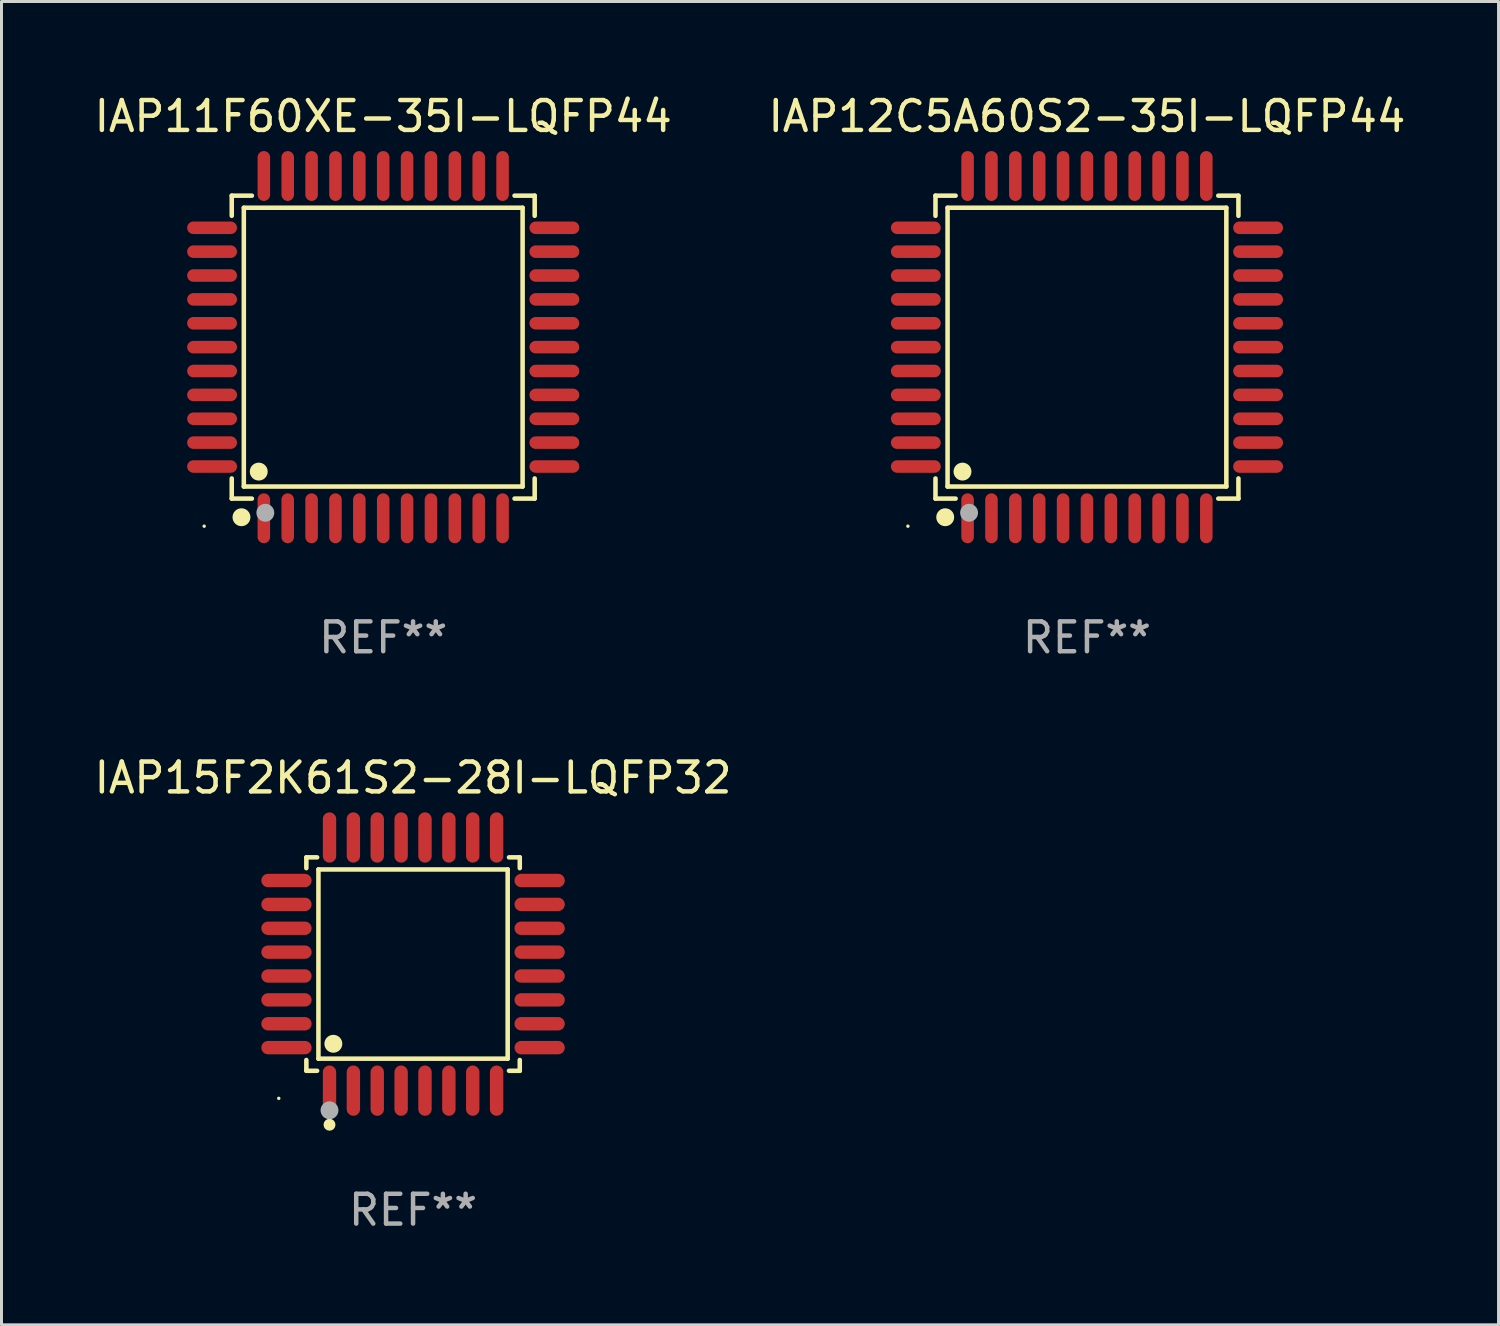
<source format=kicad_pcb>
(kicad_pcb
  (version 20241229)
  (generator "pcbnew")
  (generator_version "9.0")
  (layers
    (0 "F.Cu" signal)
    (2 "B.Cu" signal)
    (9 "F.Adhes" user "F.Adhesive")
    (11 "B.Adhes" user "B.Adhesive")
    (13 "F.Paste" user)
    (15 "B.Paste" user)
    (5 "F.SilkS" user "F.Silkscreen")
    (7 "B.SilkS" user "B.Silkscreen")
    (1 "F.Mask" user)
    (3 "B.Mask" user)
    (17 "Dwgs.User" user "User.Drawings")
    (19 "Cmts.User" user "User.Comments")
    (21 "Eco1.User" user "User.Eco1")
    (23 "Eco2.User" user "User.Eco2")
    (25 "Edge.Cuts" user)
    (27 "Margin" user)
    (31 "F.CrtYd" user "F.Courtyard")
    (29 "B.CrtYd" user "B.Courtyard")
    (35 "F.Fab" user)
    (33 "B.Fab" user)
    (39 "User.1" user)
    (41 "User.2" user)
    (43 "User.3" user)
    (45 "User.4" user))
  (footprint "IAP15F2K61S2-28I-LQFP32"
    (layer "F.Cu")
    (at 10.792 29.257)
    (property "Reference" "IAP15F2K61S2-28I-LQFP32" (at 0 -6.242 0) (layer "F.SilkS") (effects (font (size 1 1) (thickness 0.15))))
    (attr through_hole)
    (fp_line (start -3.576 -3.576) (end -3.215 -3.576) (stroke (width 0.152) (type solid)) (layer "F.SilkS"))
    (fp_line (start -3.576 -3.215) (end -3.576 -3.576) (stroke (width 0.152) (type solid)) (layer "F.SilkS"))
    (fp_line (start -3.576 3.215) (end -3.576 3.576) (stroke (width 0.152) (type solid)) (layer "F.SilkS"))
    (fp_line (start -3.576 3.576) (end -3.215 3.576) (stroke (width 0.152) (type solid)) (layer "F.SilkS"))
    (fp_line (start -3.171 -3.171) (end 3.171 -3.171) (stroke (width 0.152) (type solid)) (layer "F.SilkS"))
    (fp_line (start -3.171 3.171) (end -3.171 -3.171) (stroke (width 0.152) (type solid)) (layer "F.SilkS"))
    (fp_line (start 3.171 -3.171) (end 3.171 3.171) (stroke (width 0.152) (type solid)) (layer "F.SilkS"))
    (fp_line (start 3.171 3.171) (end -3.171 3.171) (stroke (width 0.152) (type solid)) (layer "F.SilkS"))
    (fp_line (start 3.576 -3.576) (end 3.215 -3.576) (stroke (width 0.152) (type solid)) (layer "F.SilkS"))
    (fp_line (start 3.576 -3.215) (end 3.576 -3.576) (stroke (width 0.152) (type solid)) (layer "F.SilkS"))
    (fp_line (start 3.576 3.215) (end 3.576 3.576) (stroke (width 0.152) (type solid)) (layer "F.SilkS"))
    (fp_line (start 3.576 3.576) (end 3.215 3.576) (stroke (width 0.152) (type solid)) (layer "F.SilkS"))
    (fp_circle (center -4.5 4.5) (end -4.47 4.5) (stroke (width 0.06) (type solid)) (fill no) (layer "F.SilkS"))
    (fp_circle (center -2.8 5.384) (end -2.7 5.384) (stroke (width 0.2) (type solid)) (fill no) (layer "F.SilkS"))
    (fp_circle (center -2.671 2.671) (end -2.521 2.671) (stroke (width 0.3) (type solid)) (fill no) (layer "F.SilkS"))
    (fp_circle (center -2.8 4.9) (end -2.65 4.9) (stroke (width 0.3) (type solid)) (fill no) (layer "F.Fab"))
    (fp_text user "REF**" (at 0 8.242 0) (layer "F.Fab") (effects (font (size 1 1) (thickness 0.15))))
    (pad "1" smd oval (at -2.8 4.242) (size 0.448 1.684) (layers "F.Cu" "F.Mask" "F.Paste"))
    (pad "2" smd oval (at -2 4.242) (size 0.448 1.684) (layers "F.Cu" "F.Mask" "F.Paste"))
    (pad "3" smd oval (at -1.2 4.242) (size 0.448 1.684) (layers "F.Cu" "F.Mask" "F.Paste"))
    (pad "4" smd oval (at -0.4 4.242) (size 0.448 1.684) (layers "F.Cu" "F.Mask" "F.Paste"))
    (pad "5" smd oval (at 0.4 4.242) (size 0.448 1.684) (layers "F.Cu" "F.Mask" "F.Paste"))
    (pad "6" smd oval (at 1.2 4.242) (size 0.448 1.684) (layers "F.Cu" "F.Mask" "F.Paste"))
    (pad "7" smd oval (at 2 4.242) (size 0.448 1.684) (layers "F.Cu" "F.Mask" "F.Paste"))
    (pad "8" smd oval (at 2.8 4.242) (size 0.448 1.684) (layers "F.Cu" "F.Mask" "F.Paste"))
    (pad "9" smd oval (at 4.242 2.8) (size 1.684 0.448) (layers "F.Cu" "F.Mask" "F.Paste"))
    (pad "10" smd oval (at 4.242 2) (size 1.684 0.448) (layers "F.Cu" "F.Mask" "F.Paste"))
    (pad "11" smd oval (at 4.242 1.2) (size 1.684 0.448) (layers "F.Cu" "F.Mask" "F.Paste"))
    (pad "12" smd oval (at 4.242 0.4) (size 1.684 0.448) (layers "F.Cu" "F.Mask" "F.Paste"))
    (pad "13" smd oval (at 4.242 -0.4) (size 1.684 0.448) (layers "F.Cu" "F.Mask" "F.Paste"))
    (pad "14" smd oval (at 4.242 -1.2) (size 1.684 0.448) (layers "F.Cu" "F.Mask" "F.Paste"))
    (pad "15" smd oval (at 4.242 -2) (size 1.684 0.448) (layers "F.Cu" "F.Mask" "F.Paste"))
    (pad "16" smd oval (at 4.242 -2.8) (size 1.684 0.448) (layers "F.Cu" "F.Mask" "F.Paste"))
    (pad "17" smd oval (at 2.8 -4.242) (size 0.448 1.684) (layers "F.Cu" "F.Mask" "F.Paste"))
    (pad "18" smd oval (at 2 -4.242) (size 0.448 1.684) (layers "F.Cu" "F.Mask" "F.Paste"))
    (pad "19" smd oval (at 1.2 -4.242) (size 0.448 1.684) (layers "F.Cu" "F.Mask" "F.Paste"))
    (pad "20" smd oval (at 0.4 -4.242) (size 0.448 1.684) (layers "F.Cu" "F.Mask" "F.Paste"))
    (pad "21" smd oval (at -0.4 -4.242) (size 0.448 1.684) (layers "F.Cu" "F.Mask" "F.Paste"))
    (pad "22" smd oval (at -1.2 -4.242) (size 0.448 1.684) (layers "F.Cu" "F.Mask" "F.Paste"))
    (pad "23" smd oval (at -2 -4.242) (size 0.448 1.684) (layers "F.Cu" "F.Mask" "F.Paste"))
    (pad "24" smd oval (at -2.8 -4.242) (size 0.448 1.684) (layers "F.Cu" "F.Mask" "F.Paste"))
    (pad "25" smd oval (at -4.242 -2.8) (size 1.684 0.448) (layers "F.Cu" "F.Mask" "F.Paste"))
    (pad "26" smd oval (at -4.242 -2) (size 1.684 0.448) (layers "F.Cu" "F.Mask" "F.Paste"))
    (pad "27" smd oval (at -4.242 -1.2) (size 1.684 0.448) (layers "F.Cu" "F.Mask" "F.Paste"))
    (pad "28" smd oval (at -4.242 -0.4) (size 1.684 0.448) (layers "F.Cu" "F.Mask" "F.Paste"))
    (pad "29" smd oval (at -4.242 0.4) (size 1.684 0.448) (layers "F.Cu" "F.Mask" "F.Paste"))
    (pad "30" smd oval (at -4.242 1.2) (size 1.684 0.448) (layers "F.Cu" "F.Mask" "F.Paste"))
    (pad "31" smd oval (at -4.242 2) (size 1.684 0.448) (layers "F.Cu" "F.Mask" "F.Paste"))
    (pad "32" smd oval (at -4.242 2.8) (size 1.684 0.448) (layers "F.Cu" "F.Mask" "F.Paste")))
  (footprint "IAP12C5A60S2-35I-LQFP44"
    (layer "F.Cu")
    (at 33.375 8.583)
    (property "Reference" "IAP12C5A60S2-35I-LQFP44" (at 0 -7.735 0) (layer "F.SilkS") (effects (font (size 1 1) (thickness 0.15))))
    (attr through_hole)
    (fp_line (start -5.076 -5.076) (end -4.401 -5.076) (stroke (width 0.152) (type solid)) (layer "F.SilkS"))
    (fp_line (start -5.076 -4.401) (end -5.076 -5.076) (stroke (width 0.152) (type solid)) (layer "F.SilkS"))
    (fp_line (start -5.076 4.401) (end -5.076 5.076) (stroke (width 0.152) (type solid)) (layer "F.SilkS"))
    (fp_line (start -5.076 5.076) (end -4.401 5.076) (stroke (width 0.152) (type solid)) (layer "F.SilkS"))
    (fp_line (start -4.671 -4.671) (end 4.671 -4.671) (stroke (width 0.152) (type solid)) (layer "F.SilkS"))
    (fp_line (start -4.671 4.671) (end -4.671 -4.671) (stroke (width 0.152) (type solid)) (layer "F.SilkS"))
    (fp_line (start 4.671 -4.671) (end 4.671 4.671) (stroke (width 0.152) (type solid)) (layer "F.SilkS"))
    (fp_line (start 4.671 4.671) (end -4.671 4.671) (stroke (width 0.152) (type solid)) (layer "F.SilkS"))
    (fp_line (start 5.076 -5.076) (end 4.401 -5.076) (stroke (width 0.152) (type solid)) (layer "F.SilkS"))
    (fp_line (start 5.076 -4.401) (end 5.076 -5.076) (stroke (width 0.152) (type solid)) (layer "F.SilkS"))
    (fp_line (start 5.076 4.401) (end 5.076 5.076) (stroke (width 0.152) (type solid)) (layer "F.SilkS"))
    (fp_line (start 5.076 5.076) (end 4.401 5.076) (stroke (width 0.152) (type solid)) (layer "F.SilkS"))
    (fp_circle (center -6 6) (end -5.97 6) (stroke (width 0.06) (type solid)) (fill no) (layer "F.SilkS"))
    (fp_circle (center -4.75 5.7) (end -4.6 5.7) (stroke (width 0.3) (type solid)) (fill no) (layer "F.SilkS"))
    (fp_circle (center -4.171 4.171) (end -4.021 4.171) (stroke (width 0.3) (type solid)) (fill no) (layer "F.SilkS"))
    (fp_circle (center -3.95 5.55) (end -3.8 5.55) (stroke (width 0.3) (type solid)) (fill no) (layer "F.Fab"))
    (fp_text user "REF**" (at 0 9.735 0) (layer "F.Fab") (effects (font (size 1 1) (thickness 0.15))))
    (pad "1" smd oval (at -4 5.735) (size 0.42 1.67) (layers "F.Cu" "F.Mask" "F.Paste"))
    (pad "2" smd oval (at -3.2 5.735) (size 0.42 1.67) (layers "F.Cu" "F.Mask" "F.Paste"))
    (pad "3" smd oval (at -2.4 5.735) (size 0.42 1.67) (layers "F.Cu" "F.Mask" "F.Paste"))
    (pad "4" smd oval (at -1.6 5.735) (size 0.42 1.67) (layers "F.Cu" "F.Mask" "F.Paste"))
    (pad "5" smd oval (at -0.8 5.735) (size 0.42 1.67) (layers "F.Cu" "F.Mask" "F.Paste"))
    (pad "6" smd oval (at 0 5.735) (size 0.42 1.67) (layers "F.Cu" "F.Mask" "F.Paste"))
    (pad "7" smd oval (at 0.8 5.735) (size 0.42 1.67) (layers "F.Cu" "F.Mask" "F.Paste"))
    (pad "8" smd oval (at 1.6 5.735) (size 0.42 1.67) (layers "F.Cu" "F.Mask" "F.Paste"))
    (pad "9" smd oval (at 2.4 5.735) (size 0.42 1.67) (layers "F.Cu" "F.Mask" "F.Paste"))
    (pad "10" smd oval (at 3.2 5.735) (size 0.42 1.67) (layers "F.Cu" "F.Mask" "F.Paste"))
    (pad "11" smd oval (at 4 5.735) (size 0.42 1.67) (layers "F.Cu" "F.Mask" "F.Paste"))
    (pad "12" smd oval (at 5.735 4) (size 1.67 0.42) (layers "F.Cu" "F.Mask" "F.Paste"))
    (pad "13" smd oval (at 5.735 3.2) (size 1.67 0.42) (layers "F.Cu" "F.Mask" "F.Paste"))
    (pad "14" smd oval (at 5.735 2.4) (size 1.67 0.42) (layers "F.Cu" "F.Mask" "F.Paste"))
    (pad "15" smd oval (at 5.735 1.6) (size 1.67 0.42) (layers "F.Cu" "F.Mask" "F.Paste"))
    (pad "16" smd oval (at 5.735 0.8) (size 1.67 0.42) (layers "F.Cu" "F.Mask" "F.Paste"))
    (pad "17" smd oval (at 5.735 0) (size 1.67 0.42) (layers "F.Cu" "F.Mask" "F.Paste"))
    (pad "18" smd oval (at 5.735 -0.8) (size 1.67 0.42) (layers "F.Cu" "F.Mask" "F.Paste"))
    (pad "19" smd oval (at 5.735 -1.6) (size 1.67 0.42) (layers "F.Cu" "F.Mask" "F.Paste"))
    (pad "20" smd oval (at 5.735 -2.4) (size 1.67 0.42) (layers "F.Cu" "F.Mask" "F.Paste"))
    (pad "21" smd oval (at 5.735 -3.2) (size 1.67 0.42) (layers "F.Cu" "F.Mask" "F.Paste"))
    (pad "22" smd oval (at 5.735 -4) (size 1.67 0.42) (layers "F.Cu" "F.Mask" "F.Paste"))
    (pad "23" smd oval (at 4 -5.735) (size 0.42 1.67) (layers "F.Cu" "F.Mask" "F.Paste"))
    (pad "24" smd oval (at 3.2 -5.735) (size 0.42 1.67) (layers "F.Cu" "F.Mask" "F.Paste"))
    (pad "25" smd oval (at 2.4 -5.735) (size 0.42 1.67) (layers "F.Cu" "F.Mask" "F.Paste"))
    (pad "26" smd oval (at 1.6 -5.735) (size 0.42 1.67) (layers "F.Cu" "F.Mask" "F.Paste"))
    (pad "27" smd oval (at 0.8 -5.735) (size 0.42 1.67) (layers "F.Cu" "F.Mask" "F.Paste"))
    (pad "28" smd oval (at 0 -5.735) (size 0.42 1.67) (layers "F.Cu" "F.Mask" "F.Paste"))
    (pad "29" smd oval (at -0.8 -5.735) (size 0.42 1.67) (layers "F.Cu" "F.Mask" "F.Paste"))
    (pad "30" smd oval (at -1.6 -5.735) (size 0.42 1.67) (layers "F.Cu" "F.Mask" "F.Paste"))
    (pad "31" smd oval (at -2.4 -5.735) (size 0.42 1.67) (layers "F.Cu" "F.Mask" "F.Paste"))
    (pad "32" smd oval (at -3.2 -5.735) (size 0.42 1.67) (layers "F.Cu" "F.Mask" "F.Paste"))
    (pad "33" smd oval (at -4 -5.735) (size 0.42 1.67) (layers "F.Cu" "F.Mask" "F.Paste"))
    (pad "34" smd oval (at -5.735 -4) (size 1.67 0.42) (layers "F.Cu" "F.Mask" "F.Paste"))
    (pad "35" smd oval (at -5.735 -3.2) (size 1.67 0.42) (layers "F.Cu" "F.Mask" "F.Paste"))
    (pad "36" smd oval (at -5.735 -2.4) (size 1.67 0.42) (layers "F.Cu" "F.Mask" "F.Paste"))
    (pad "37" smd oval (at -5.735 -1.6) (size 1.67 0.42) (layers "F.Cu" "F.Mask" "F.Paste"))
    (pad "38" smd oval (at -5.735 -0.8) (size 1.67 0.42) (layers "F.Cu" "F.Mask" "F.Paste"))
    (pad "39" smd oval (at -5.735 0) (size 1.67 0.42) (layers "F.Cu" "F.Mask" "F.Paste"))
    (pad "40" smd oval (at -5.735 0.8) (size 1.67 0.42) (layers "F.Cu" "F.Mask" "F.Paste"))
    (pad "41" smd oval (at -5.735 1.6) (size 1.67 0.42) (layers "F.Cu" "F.Mask" "F.Paste"))
    (pad "42" smd oval (at -5.735 2.4) (size 1.67 0.42) (layers "F.Cu" "F.Mask" "F.Paste"))
    (pad "43" smd oval (at -5.735 3.2) (size 1.67 0.42) (layers "F.Cu" "F.Mask" "F.Paste"))
    (pad "44" smd oval (at -5.735 4) (size 1.67 0.42) (layers "F.Cu" "F.Mask" "F.Paste")))
  (footprint "IAP11F60XE-35I-LQFP44"
    (layer "F.Cu")
    (at 9.792 8.583)
    (property "Reference" "IAP11F60XE-35I-LQFP44" (at 0 -7.735 0) (layer "F.SilkS") (effects (font (size 1 1) (thickness 0.15))))
    (attr through_hole)
    (fp_line (start -5.076 -5.076) (end -4.401 -5.076) (stroke (width 0.152) (type solid)) (layer "F.SilkS"))
    (fp_line (start -5.076 -4.401) (end -5.076 -5.076) (stroke (width 0.152) (type solid)) (layer "F.SilkS"))
    (fp_line (start -5.076 4.401) (end -5.076 5.076) (stroke (width 0.152) (type solid)) (layer "F.SilkS"))
    (fp_line (start -5.076 5.076) (end -4.401 5.076) (stroke (width 0.152) (type solid)) (layer "F.SilkS"))
    (fp_line (start -4.671 -4.671) (end 4.671 -4.671) (stroke (width 0.152) (type solid)) (layer "F.SilkS"))
    (fp_line (start -4.671 4.671) (end -4.671 -4.671) (stroke (width 0.152) (type solid)) (layer "F.SilkS"))
    (fp_line (start 4.671 -4.671) (end 4.671 4.671) (stroke (width 0.152) (type solid)) (layer "F.SilkS"))
    (fp_line (start 4.671 4.671) (end -4.671 4.671) (stroke (width 0.152) (type solid)) (layer "F.SilkS"))
    (fp_line (start 5.076 -5.076) (end 4.401 -5.076) (stroke (width 0.152) (type solid)) (layer "F.SilkS"))
    (fp_line (start 5.076 -4.401) (end 5.076 -5.076) (stroke (width 0.152) (type solid)) (layer "F.SilkS"))
    (fp_line (start 5.076 4.401) (end 5.076 5.076) (stroke (width 0.152) (type solid)) (layer "F.SilkS"))
    (fp_line (start 5.076 5.076) (end 4.401 5.076) (stroke (width 0.152) (type solid)) (layer "F.SilkS"))
    (fp_circle (center -6 6) (end -5.97 6) (stroke (width 0.06) (type solid)) (fill no) (layer "F.SilkS"))
    (fp_circle (center -4.75 5.7) (end -4.6 5.7) (stroke (width 0.3) (type solid)) (fill no) (layer "F.SilkS"))
    (fp_circle (center -4.171 4.171) (end -4.021 4.171) (stroke (width 0.3) (type solid)) (fill no) (layer "F.SilkS"))
    (fp_circle (center -3.95 5.55) (end -3.8 5.55) (stroke (width 0.3) (type solid)) (fill no) (layer "F.Fab"))
    (fp_text user "REF**" (at 0 9.735 0) (layer "F.Fab") (effects (font (size 1 1) (thickness 0.15))))
    (pad "1" smd oval (at -4 5.735) (size 0.42 1.67) (layers "F.Cu" "F.Mask" "F.Paste"))
    (pad "2" smd oval (at -3.2 5.735) (size 0.42 1.67) (layers "F.Cu" "F.Mask" "F.Paste"))
    (pad "3" smd oval (at -2.4 5.735) (size 0.42 1.67) (layers "F.Cu" "F.Mask" "F.Paste"))
    (pad "4" smd oval (at -1.6 5.735) (size 0.42 1.67) (layers "F.Cu" "F.Mask" "F.Paste"))
    (pad "5" smd oval (at -0.8 5.735) (size 0.42 1.67) (layers "F.Cu" "F.Mask" "F.Paste"))
    (pad "6" smd oval (at 0 5.735) (size 0.42 1.67) (layers "F.Cu" "F.Mask" "F.Paste"))
    (pad "7" smd oval (at 0.8 5.735) (size 0.42 1.67) (layers "F.Cu" "F.Mask" "F.Paste"))
    (pad "8" smd oval (at 1.6 5.735) (size 0.42 1.67) (layers "F.Cu" "F.Mask" "F.Paste"))
    (pad "9" smd oval (at 2.4 5.735) (size 0.42 1.67) (layers "F.Cu" "F.Mask" "F.Paste"))
    (pad "10" smd oval (at 3.2 5.735) (size 0.42 1.67) (layers "F.Cu" "F.Mask" "F.Paste"))
    (pad "11" smd oval (at 4 5.735) (size 0.42 1.67) (layers "F.Cu" "F.Mask" "F.Paste"))
    (pad "12" smd oval (at 5.735 4) (size 1.67 0.42) (layers "F.Cu" "F.Mask" "F.Paste"))
    (pad "13" smd oval (at 5.735 3.2) (size 1.67 0.42) (layers "F.Cu" "F.Mask" "F.Paste"))
    (pad "14" smd oval (at 5.735 2.4) (size 1.67 0.42) (layers "F.Cu" "F.Mask" "F.Paste"))
    (pad "15" smd oval (at 5.735 1.6) (size 1.67 0.42) (layers "F.Cu" "F.Mask" "F.Paste"))
    (pad "16" smd oval (at 5.735 0.8) (size 1.67 0.42) (layers "F.Cu" "F.Mask" "F.Paste"))
    (pad "17" smd oval (at 5.735 0) (size 1.67 0.42) (layers "F.Cu" "F.Mask" "F.Paste"))
    (pad "18" smd oval (at 5.735 -0.8) (size 1.67 0.42) (layers "F.Cu" "F.Mask" "F.Paste"))
    (pad "19" smd oval (at 5.735 -1.6) (size 1.67 0.42) (layers "F.Cu" "F.Mask" "F.Paste"))
    (pad "20" smd oval (at 5.735 -2.4) (size 1.67 0.42) (layers "F.Cu" "F.Mask" "F.Paste"))
    (pad "21" smd oval (at 5.735 -3.2) (size 1.67 0.42) (layers "F.Cu" "F.Mask" "F.Paste"))
    (pad "22" smd oval (at 5.735 -4) (size 1.67 0.42) (layers "F.Cu" "F.Mask" "F.Paste"))
    (pad "23" smd oval (at 4 -5.735) (size 0.42 1.67) (layers "F.Cu" "F.Mask" "F.Paste"))
    (pad "24" smd oval (at 3.2 -5.735) (size 0.42 1.67) (layers "F.Cu" "F.Mask" "F.Paste"))
    (pad "25" smd oval (at 2.4 -5.735) (size 0.42 1.67) (layers "F.Cu" "F.Mask" "F.Paste"))
    (pad "26" smd oval (at 1.6 -5.735) (size 0.42 1.67) (layers "F.Cu" "F.Mask" "F.Paste"))
    (pad "27" smd oval (at 0.8 -5.735) (size 0.42 1.67) (layers "F.Cu" "F.Mask" "F.Paste"))
    (pad "28" smd oval (at 0 -5.735) (size 0.42 1.67) (layers "F.Cu" "F.Mask" "F.Paste"))
    (pad "29" smd oval (at -0.8 -5.735) (size 0.42 1.67) (layers "F.Cu" "F.Mask" "F.Paste"))
    (pad "30" smd oval (at -1.6 -5.735) (size 0.42 1.67) (layers "F.Cu" "F.Mask" "F.Paste"))
    (pad "31" smd oval (at -2.4 -5.735) (size 0.42 1.67) (layers "F.Cu" "F.Mask" "F.Paste"))
    (pad "32" smd oval (at -3.2 -5.735) (size 0.42 1.67) (layers "F.Cu" "F.Mask" "F.Paste"))
    (pad "33" smd oval (at -4 -5.735) (size 0.42 1.67) (layers "F.Cu" "F.Mask" "F.Paste"))
    (pad "34" smd oval (at -5.735 -4) (size 1.67 0.42) (layers "F.Cu" "F.Mask" "F.Paste"))
    (pad "35" smd oval (at -5.735 -3.2) (size 1.67 0.42) (layers "F.Cu" "F.Mask" "F.Paste"))
    (pad "36" smd oval (at -5.735 -2.4) (size 1.67 0.42) (layers "F.Cu" "F.Mask" "F.Paste"))
    (pad "37" smd oval (at -5.735 -1.6) (size 1.67 0.42) (layers "F.Cu" "F.Mask" "F.Paste"))
    (pad "38" smd oval (at -5.735 -0.8) (size 1.67 0.42) (layers "F.Cu" "F.Mask" "F.Paste"))
    (pad "39" smd oval (at -5.735 0) (size 1.67 0.42) (layers "F.Cu" "F.Mask" "F.Paste"))
    (pad "40" smd oval (at -5.735 0.8) (size 1.67 0.42) (layers "F.Cu" "F.Mask" "F.Paste"))
    (pad "41" smd oval (at -5.735 1.6) (size 1.67 0.42) (layers "F.Cu" "F.Mask" "F.Paste"))
    (pad "42" smd oval (at -5.735 2.4) (size 1.67 0.42) (layers "F.Cu" "F.Mask" "F.Paste"))
    (pad "43" smd oval (at -5.735 3.2) (size 1.67 0.42) (layers "F.Cu" "F.Mask" "F.Paste"))
    (pad "44" smd oval (at -5.735 4) (size 1.67 0.42) (layers "F.Cu" "F.Mask" "F.Paste")))
  (gr_rect
    (start -3 -3)
    (end 47.167 41.347)
    (stroke (width 0.1) (type default))
    (fill no)
    (layer "Edge.Cuts")))
</source>
